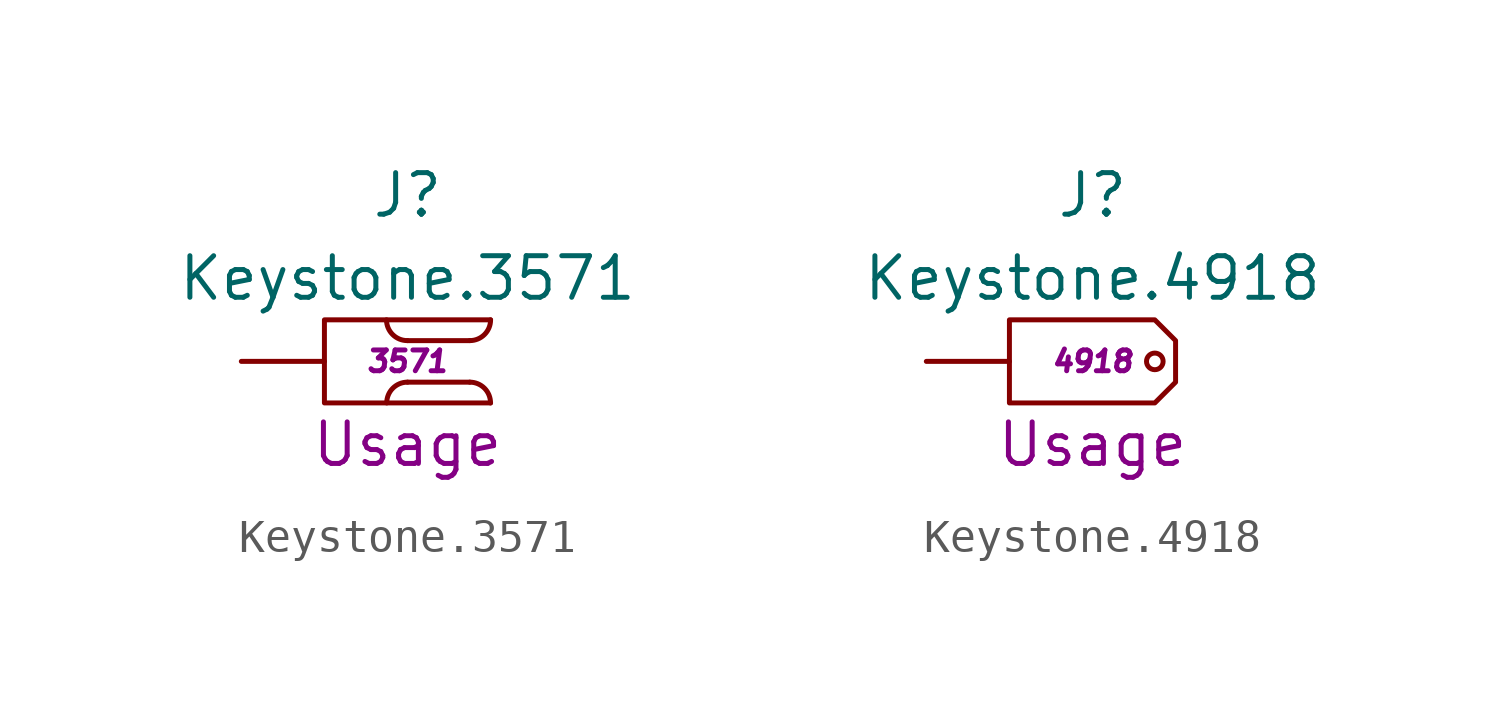
<source format=kicad_sym>
(kicad_symbol_lib
  (version 20201005)
  (generator kicad_symbol_editor)
  (symbol "J.QuickConnect:Keystone.3571"
    (pin_numbers hide)
    (pin_names hide)
    (property "Reference" "J"
      (at 2.54 5.08 0)
      (effects (font (size 1.27 1.27))))
    (property "Value" "Keystone.3571"
      (at 2.54 2.54 0)
      (effects (font (size 1.27 1.27))))
    (property "Usage" "Usage"
      (at 2.54 -2.54 0)
      (effects (font (size 1.27 1.27))))
    (property "ID" "3571"
      (at 2.54 0 0)
      (effects (font (size 0.635 0.635) italic)))
    (symbol "Keystone.3571_0_1"
      (arc (start 1.905 -1.27) (end 2.54 -0.635) (radius (at 2.54 -1.27) (length 0.635) (angles 180 90)) (stroke (width 0.1524)) (fill (type none)))
      (arc (start 2.54 0.635) (end 1.905 1.27) (radius (at 2.54 1.27) (length 0.635) (angles -90 180)) (stroke (width 0.1524)) (fill (type none)))
      (arc (start 4.445 -0.635) (end 5.08 -1.27) (radius (at 4.445 -1.27) (length 0.635) (angles 90 0)) (stroke (width 0.1524)) (fill (type none)))
      (arc (start 5.08 1.27) (end 4.445 0.635) (radius (at 4.445 1.27) (length 0.635) (angles 0 -90)) (stroke (width 0.1524)) (fill (type none)))
      (polyline (pts (xy 4.445 -0.635) (xy 2.54 -0.635)) (stroke (width 0.152)) (fill (type none)))
      (polyline (pts (xy 4.445 0.635) (xy 2.54 0.635)) (stroke (width 0.152)) (fill (type none)))
      (polyline (pts (xy 5.08 1.27) (xy 0 1.27) (xy 0 -1.27) (xy 5.08 -1.27)) (stroke (width 0.152)) (fill (type none))))
    (symbol "Keystone.3571_1_1"
      (pin passive line (at -2.54 0 0) (length 2.54) (name "1" (effects (font (size 1.27 1.27)))) (number "1" (effects (font (size 1.27 1.27)))))))
  (symbol "J.QuickConnect:Keystone.4918"
    (pin_numbers hide)
    (pin_names hide)
    (property "Reference" "J"
      (at 2.54 5.08 0)
      (effects (font (size 1.27 1.27))))
    (property "Value" "Keystone.4918"
      (at 2.54 2.54 0)
      (effects (font (size 1.27 1.27))))
    (property "Usage" "Usage"
      (at 2.54 -2.54 0)
      (effects (font (size 1.27 1.27))))
    (property "ID" "4918"
      (at 2.54 0 0)
      (effects (font (size 0.635 0.635) italic)))
    (symbol "Keystone.4918_0_1"
      (circle (center 4.445 0) (radius 0.254) (stroke (width 0.152)) (fill (type none)))
      (polyline (pts (xy 0 0.635) (xy 0 -1.27) (xy 4.445 -1.27) (xy 5.08 -0.635) (xy 5.08 0.635) (xy 4.445 1.27) (xy 0 1.27) (xy 0 0.635)) (stroke (width 0.152)) (fill (type none))))
    (symbol "Keystone.4918_1_1"
      (pin passive line (at -2.54 0 0) (length 2.54) (name "1" (effects (font (size 1.27 1.27)))) (number "1" (effects (font (size 1.27 1.27))))))))
</source>
